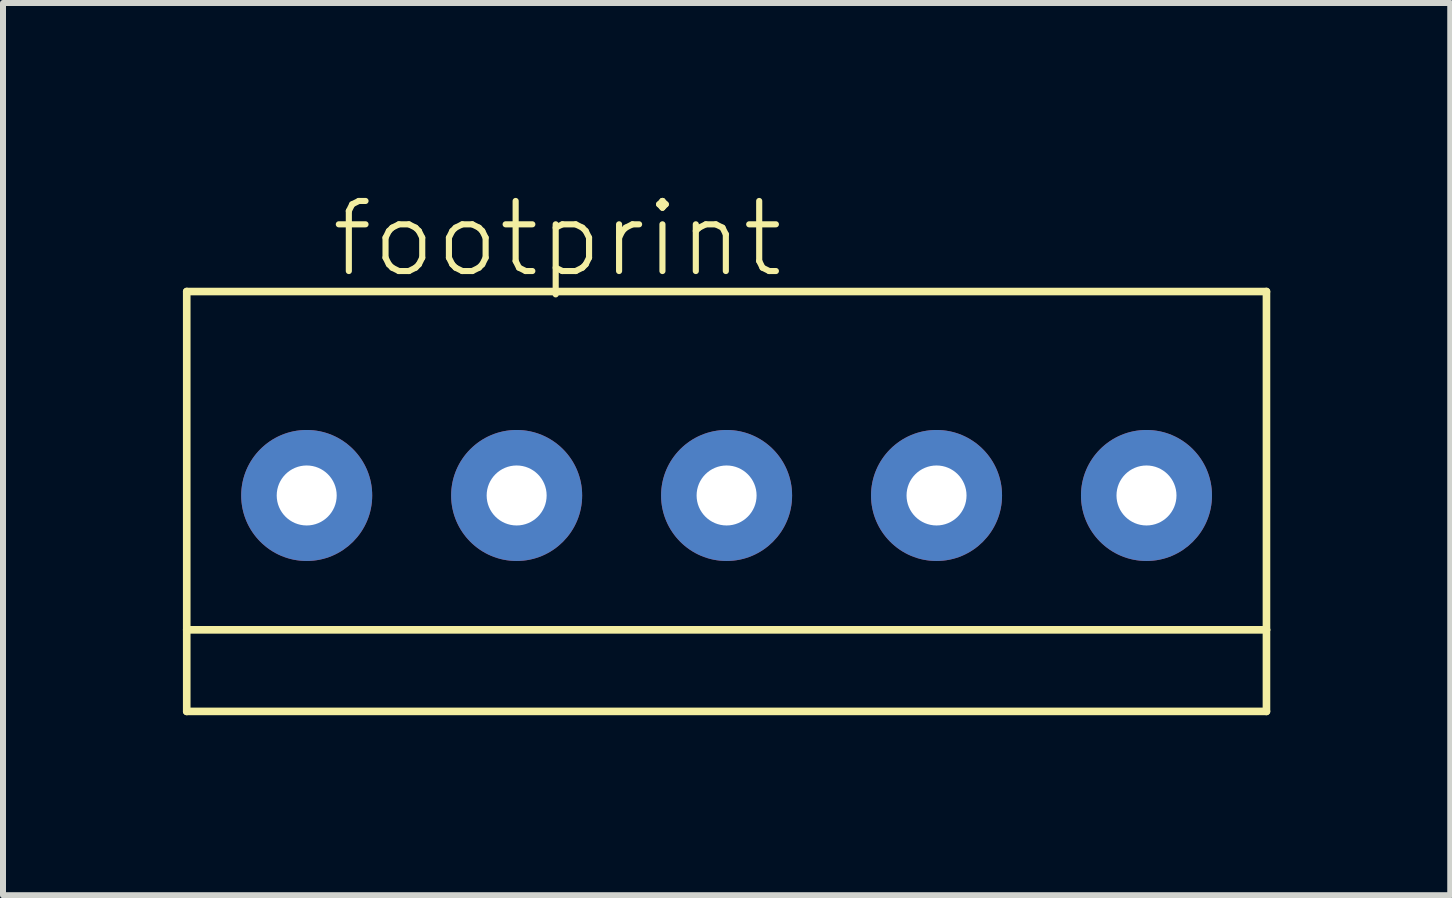
<source format=kicad_pcb>
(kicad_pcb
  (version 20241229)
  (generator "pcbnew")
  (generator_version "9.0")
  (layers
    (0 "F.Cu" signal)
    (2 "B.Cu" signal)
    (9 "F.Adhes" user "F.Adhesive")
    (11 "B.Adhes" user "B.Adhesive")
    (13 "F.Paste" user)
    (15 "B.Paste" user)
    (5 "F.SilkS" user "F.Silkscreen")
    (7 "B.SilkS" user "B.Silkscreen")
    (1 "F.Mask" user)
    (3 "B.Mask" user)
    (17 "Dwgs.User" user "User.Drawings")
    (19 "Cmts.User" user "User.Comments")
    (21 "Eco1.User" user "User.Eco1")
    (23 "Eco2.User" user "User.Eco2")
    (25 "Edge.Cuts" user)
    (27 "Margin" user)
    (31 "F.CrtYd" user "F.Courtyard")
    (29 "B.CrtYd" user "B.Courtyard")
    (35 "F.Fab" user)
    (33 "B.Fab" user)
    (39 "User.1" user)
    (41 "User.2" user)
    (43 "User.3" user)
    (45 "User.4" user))
  (footprint "footprint"
    (layer "F.Cu")
    (at 9.063 5.21)
    (property "Reference" "footprint" (at 1 -4.96 0) (layer "F.SilkS") (effects (font (size 1.168 1.168) (thickness 0.102)) (justify right top)))
    (fp_line (start -9 -3.4) (end -9 2.24) (stroke (width 0.127) (type solid)) (layer "F.SilkS"))
    (fp_line (start -9 2.24) (end -9 3.6) (stroke (width 0.127) (type solid)) (layer "F.SilkS"))
    (fp_line (start -9 2.24) (end 9 2.24) (stroke (width 0.127) (type solid)) (layer "F.SilkS"))
    (fp_line (start -9 3.6) (end 9 3.6) (stroke (width 0.127) (type solid)) (layer "F.SilkS"))
    (fp_line (start 9 -3.4) (end -9 -3.4) (stroke (width 0.127) (type solid)) (layer "F.SilkS"))
    (fp_line (start 9 2.24) (end 9 -3.4) (stroke (width 0.127) (type solid)) (layer "F.SilkS"))
    (fp_line (start 9 3.6) (end 9 2.24) (stroke (width 0.127) (type solid)) (layer "F.SilkS"))
    (pad "1" thru_hole circle (at 7 0) (size 2.184 2.184) (drill 1) (layers "*.Cu" "*.Mask"))
    (pad "2" thru_hole circle (at 3.5 0) (size 2.184 2.184) (drill 1) (layers "*.Cu" "*.Mask"))
    (pad "3" thru_hole circle (at 0 0) (size 2.184 2.184) (drill 1) (layers "*.Cu" "*.Mask"))
    (pad "4" thru_hole circle (at -3.5 0) (size 2.184 2.184) (drill 1) (layers "*.Cu" "*.Mask"))
    (pad "5" thru_hole circle (at -7 0) (size 2.184 2.184) (drill 1) (layers "*.Cu" "*.Mask")))
  (gr_rect
    (start -3 -3)
    (end 21.127 11.874)
    (stroke (width 0.1) (type default))
    (fill no)
    (layer "Edge.Cuts")))
</source>
